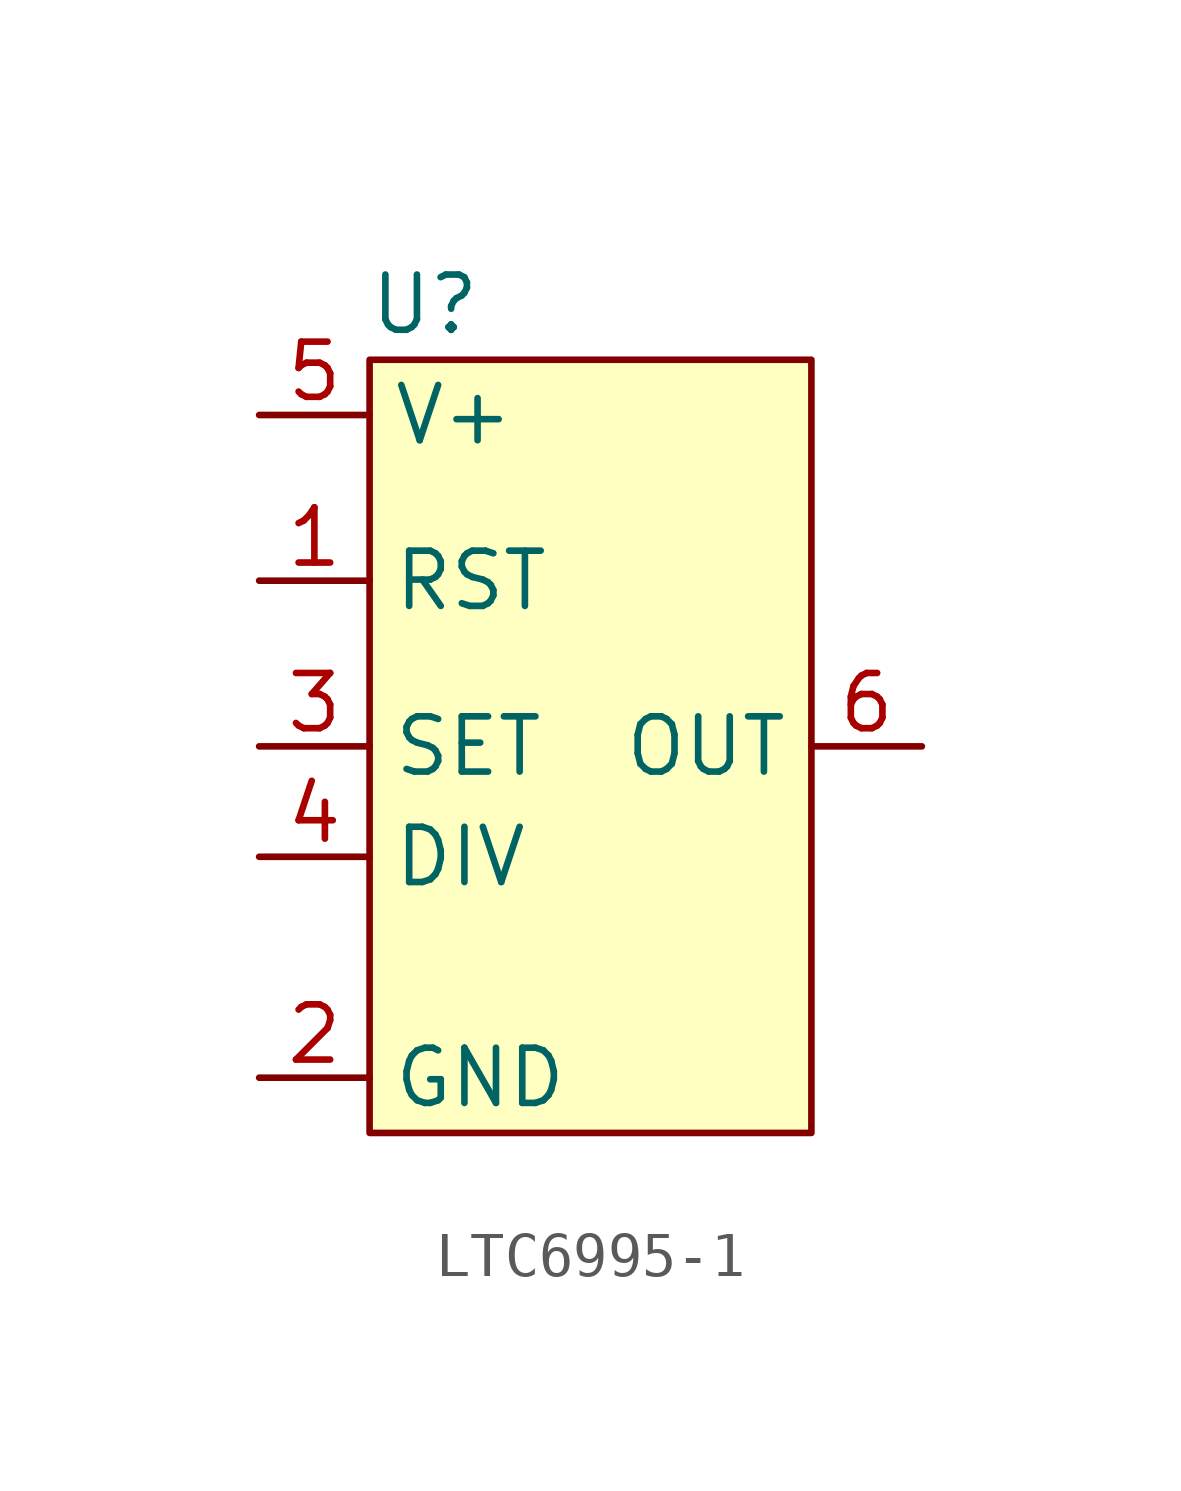
<source format=kicad_sym>
(kicad_symbol_lib
  (version 20220914)
  (generator kicad_symbol_editor)
  (symbol "LTC6995-1"
    (property "Reference" "U"
      (at -3.81 10.16 0)
      (effects (font (size 1.27 1.27))))
    (property "Value" ""
      (at -2.54 -2.54 0)
      (effects (font (size 1.27 1.27))))
    (symbol "LTC6995-1_0_1"
      (rectangle (start -5.08 8.89) (end 5.08 -8.89) (stroke (width 0) (type default)) (fill (type background))))
    (symbol "LTC6995-1_1_1"
      (pin input line (at -7.62 3.81 0) (length 2.54) (name "RST" (effects (font (size 1.27 1.27)))) (number "1" (effects (font (size 1.27 1.27)))))
      (pin power_in line (at -7.62 -7.62 0) (length 2.54) (name "GND" (effects (font (size 1.27 1.27)))) (number "2" (effects (font (size 1.27 1.27)))))
      (pin input line (at -7.62 0 0) (length 2.54) (name "SET" (effects (font (size 1.27 1.27)))) (number "3" (effects (font (size 1.27 1.27)))))
      (pin input line (at -7.62 -2.54 0) (length 2.54) (name "DIV" (effects (font (size 1.27 1.27)))) (number "4" (effects (font (size 1.27 1.27)))))
      (pin power_in line (at -7.62 7.62 0) (length 2.54) (name "V+" (effects (font (size 1.27 1.27)))) (number "5" (effects (font (size 1.27 1.27)))))
      (pin output line (at 7.62 0 180) (length 2.54) (name "OUT" (effects (font (size 1.27 1.27)))) (number "6" (effects (font (size 1.27 1.27))))))))
</source>
